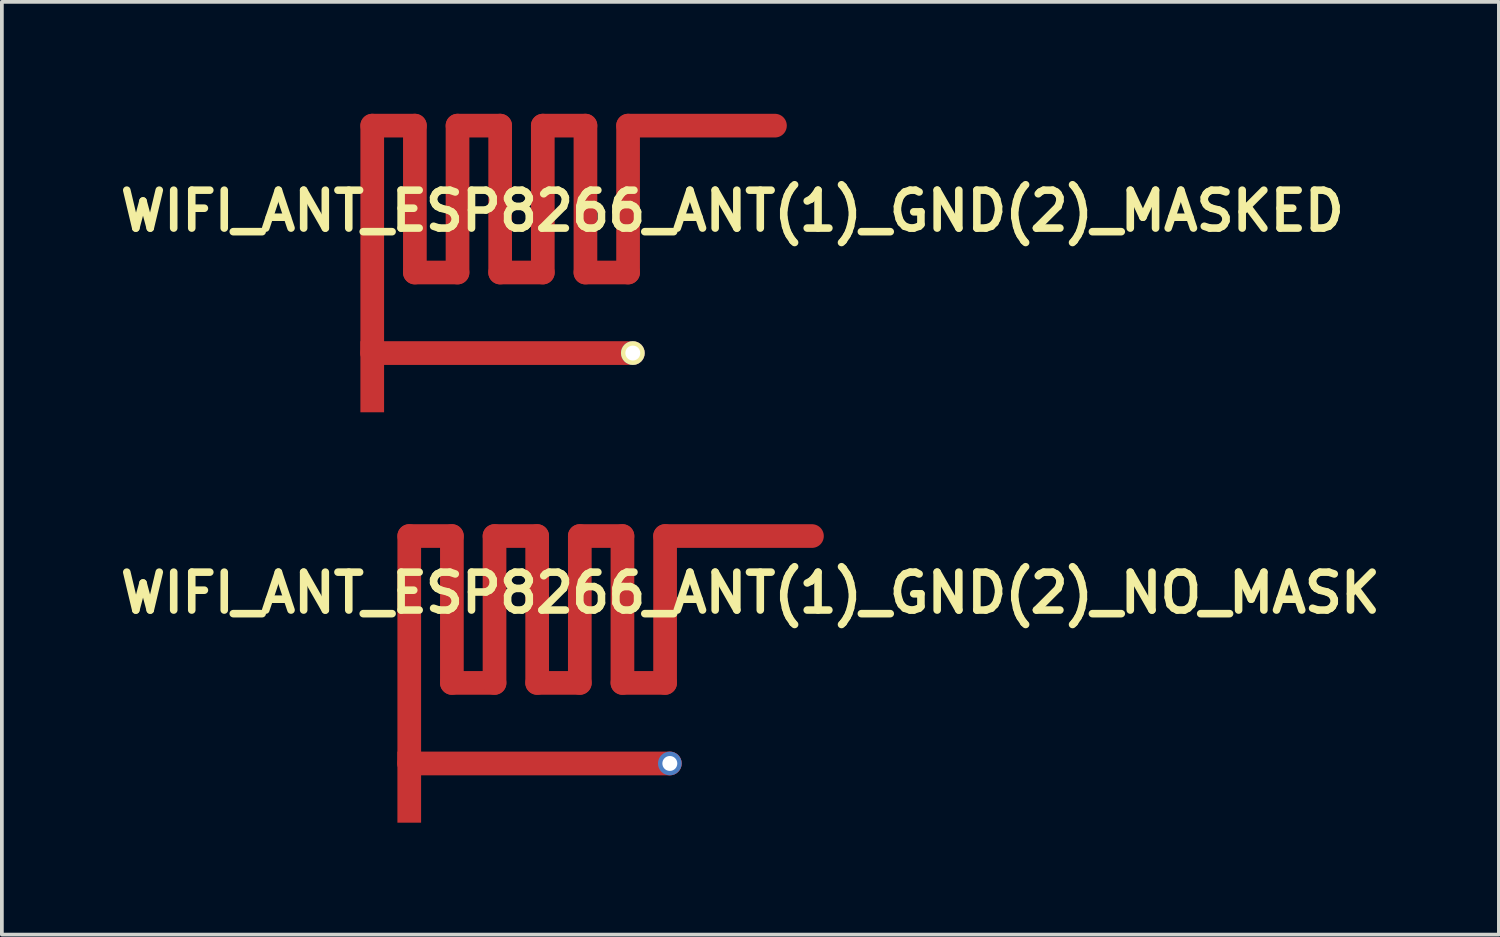
<source format=kicad_pcb>
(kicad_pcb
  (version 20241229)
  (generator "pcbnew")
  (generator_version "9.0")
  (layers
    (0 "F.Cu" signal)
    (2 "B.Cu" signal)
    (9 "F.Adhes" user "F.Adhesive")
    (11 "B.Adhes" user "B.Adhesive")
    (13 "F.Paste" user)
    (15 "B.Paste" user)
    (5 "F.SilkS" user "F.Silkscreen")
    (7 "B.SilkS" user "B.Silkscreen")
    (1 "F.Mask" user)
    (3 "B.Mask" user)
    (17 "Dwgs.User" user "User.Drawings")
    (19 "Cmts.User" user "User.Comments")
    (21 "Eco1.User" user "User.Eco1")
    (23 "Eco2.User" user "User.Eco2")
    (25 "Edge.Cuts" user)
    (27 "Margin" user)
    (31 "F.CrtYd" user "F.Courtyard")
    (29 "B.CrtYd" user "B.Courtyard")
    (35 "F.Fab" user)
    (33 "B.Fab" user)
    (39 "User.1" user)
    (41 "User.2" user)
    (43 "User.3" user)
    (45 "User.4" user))
  (footprint "WIFI_ANT_ESP8266_ANT(1)_GND(2)_MASKED"
    (layer "F.Cu")
    (at 12.262 3.747)
    (property "Reference" "WIFI_ANT_ESP8266_ANT(1)_GND(2)_MASKED" (at 4.318 -1.143 0) (layer "F.SilkS") (effects (font (size 1.016 1.016) (thickness 0.203))))
    (attr exclude_from_pos_files exclude_from_bom)
    (fp_line (start -5.334 -3.429) (end -4.191 -3.429) (stroke (width 0.635) (type solid)) (layer "F.Cu"))
    (fp_line (start -5.334 2.667) (end -5.334 -3.429) (stroke (width 0.635) (type solid)) (layer "F.Cu"))
    (fp_line (start -5.334 2.667) (end 1.651 2.667) (stroke (width 0.635) (type solid)) (layer "F.Cu"))
    (fp_line (start -4.191 -3.429) (end -4.191 0.508) (stroke (width 0.635) (type solid)) (layer "F.Cu"))
    (fp_line (start -4.191 0.508) (end -3.048 0.508) (stroke (width 0.635) (type solid)) (layer "F.Cu"))
    (fp_line (start -3.048 -3.429) (end -1.905 -3.429) (stroke (width 0.635) (type solid)) (layer "F.Cu"))
    (fp_line (start -3.048 0.508) (end -3.048 -3.429) (stroke (width 0.635) (type solid)) (layer "F.Cu"))
    (fp_line (start -1.905 -3.429) (end -1.905 0.508) (stroke (width 0.635) (type solid)) (layer "F.Cu"))
    (fp_line (start -1.905 0.508) (end -0.762 0.508) (stroke (width 0.635) (type solid)) (layer "F.Cu"))
    (fp_line (start -0.762 -3.429) (end 0.381 -3.429) (stroke (width 0.635) (type solid)) (layer "F.Cu"))
    (fp_line (start -0.762 0.508) (end -0.762 -3.429) (stroke (width 0.635) (type solid)) (layer "F.Cu"))
    (fp_line (start 0.381 -3.429) (end 0.381 0.508) (stroke (width 0.635) (type solid)) (layer "F.Cu"))
    (fp_line (start 0.381 0.508) (end 1.524 0.508) (stroke (width 0.635) (type solid)) (layer "F.Cu"))
    (fp_line (start 1.524 -3.429) (end 5.461 -3.429) (stroke (width 0.635) (type solid)) (layer "F.Cu"))
    (fp_line (start 1.524 0.508) (end 1.524 -3.429) (stroke (width 0.635) (type solid)) (layer "F.Cu"))
    (pad "1" smd rect (at -5.334 3.302 90) (size 1.905 0.635) (layers "F.Cu" "F.Mask" "F.Paste"))
    (pad "2" thru_hole circle (at 1.651 2.667 90) (size 0.635 0.635) (drill 0.4) (layers "*.Cu" "F.Mask" "F.SilkS" "F.Paste")))
  (footprint "WIFI_ANT_ESP8266_ANT(1)_GND(2)_NO_MASK"
    (layer "F.Cu")
    (at 13.254 14.748)
    (property "Reference" "WIFI_ANT_ESP8266_ANT(1)_GND(2)_NO_MASK" (at 3.81 -1.905 0) (layer "F.SilkS") (effects (font (size 1.016 1.016) (thickness 0.203))))
    (attr exclude_from_pos_files exclude_from_bom)
    (fp_line (start -5.334 -3.429) (end -4.191 -3.429) (stroke (width 0.635) (type solid)) (layer "F.Cu"))
    (fp_line (start -5.334 2.667) (end -5.334 -3.429) (stroke (width 0.635) (type solid)) (layer "F.Cu"))
    (fp_line (start -5.334 2.667) (end 1.651 2.667) (stroke (width 0.635) (type solid)) (layer "F.Cu"))
    (fp_line (start -4.191 -3.429) (end -4.191 0.508) (stroke (width 0.635) (type solid)) (layer "F.Cu"))
    (fp_line (start -4.191 0.508) (end -3.048 0.508) (stroke (width 0.635) (type solid)) (layer "F.Cu"))
    (fp_line (start -3.048 -3.429) (end -1.905 -3.429) (stroke (width 0.635) (type solid)) (layer "F.Cu"))
    (fp_line (start -3.048 0.508) (end -3.048 -3.429) (stroke (width 0.635) (type solid)) (layer "F.Cu"))
    (fp_line (start -1.905 -3.429) (end -1.905 0.508) (stroke (width 0.635) (type solid)) (layer "F.Cu"))
    (fp_line (start -1.905 0.508) (end -0.762 0.508) (stroke (width 0.635) (type solid)) (layer "F.Cu"))
    (fp_line (start -0.762 -3.429) (end 0.381 -3.429) (stroke (width 0.635) (type solid)) (layer "F.Cu"))
    (fp_line (start -0.762 0.508) (end -0.762 -3.429) (stroke (width 0.635) (type solid)) (layer "F.Cu"))
    (fp_line (start 0.381 -3.429) (end 0.381 0.508) (stroke (width 0.635) (type solid)) (layer "F.Cu"))
    (fp_line (start 0.381 0.508) (end 1.524 0.508) (stroke (width 0.635) (type solid)) (layer "F.Cu"))
    (fp_line (start 1.524 -3.429) (end 5.461 -3.429) (stroke (width 0.635) (type solid)) (layer "F.Cu"))
    (fp_line (start 1.524 0.508) (end 1.524 -3.429) (stroke (width 0.635) (type solid)) (layer "F.Cu"))
    (pad "1" smd rect (at -5.334 3.302 90) (size 1.905 0.635) (layers "F.Cu"))
    (pad "2" thru_hole circle (at 1.651 2.667 90) (size 0.635 0.635) (drill 0.4) (layers "*.Cu")))
  (gr_rect
    (start -3 -3)
    (end 37.128 22.002)
    (stroke (width 0.1) (type default))
    (fill no)
    (layer "Edge.Cuts")))
</source>
